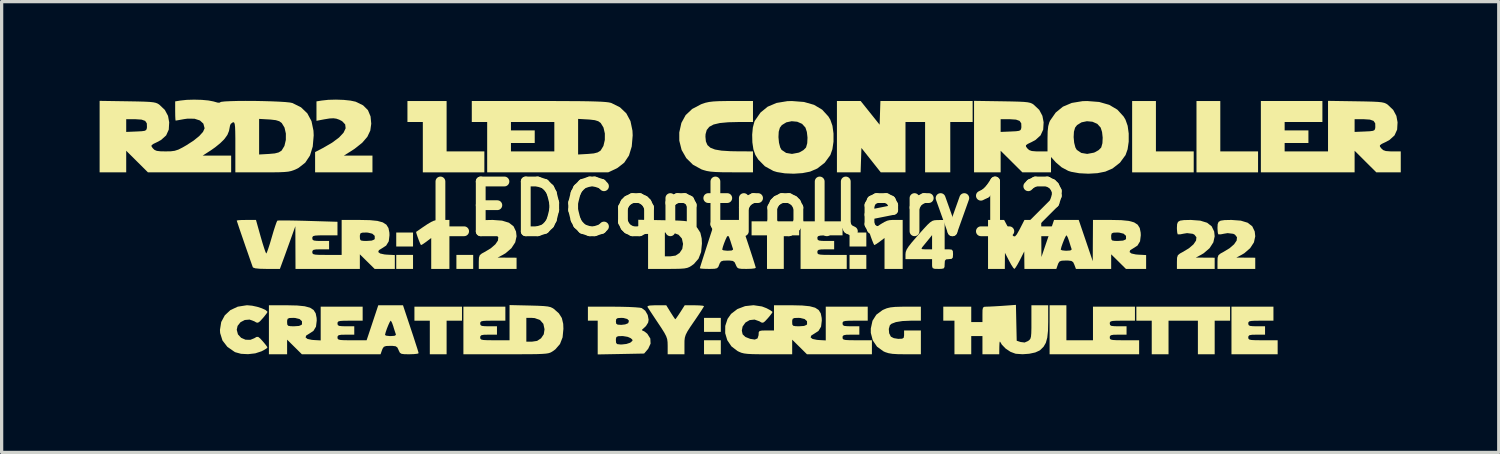
<source format=kicad_pcb>
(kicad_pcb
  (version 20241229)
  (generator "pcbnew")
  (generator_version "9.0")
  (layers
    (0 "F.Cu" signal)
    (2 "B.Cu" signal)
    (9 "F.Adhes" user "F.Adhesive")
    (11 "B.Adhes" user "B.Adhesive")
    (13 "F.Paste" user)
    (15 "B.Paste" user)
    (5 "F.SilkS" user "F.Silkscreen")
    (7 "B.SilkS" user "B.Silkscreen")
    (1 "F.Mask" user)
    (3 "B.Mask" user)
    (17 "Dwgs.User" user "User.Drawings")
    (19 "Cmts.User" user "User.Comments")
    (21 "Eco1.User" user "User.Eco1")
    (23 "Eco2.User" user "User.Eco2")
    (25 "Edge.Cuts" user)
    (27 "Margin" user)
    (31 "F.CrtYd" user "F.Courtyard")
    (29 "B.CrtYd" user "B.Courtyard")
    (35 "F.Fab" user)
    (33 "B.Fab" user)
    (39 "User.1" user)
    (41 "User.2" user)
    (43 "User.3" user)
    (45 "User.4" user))
  (footprint "LEDControllerv12"
    (layer "F.Cu")
    (at 19.832 3.341)
    (property "Reference" "LEDControllerv12" (at 0 0 0) (layer "F.SilkS") (effects (font (size 1.524 1.524) (thickness 0.3))))
    (attr board_only exclude_from_pos_files exclude_from_bom)
    (fp_poly (pts (xy -10.237 1.156) (xy -10.751 1.156) (xy -10.751 0.728) (xy -10.237 0.728)) (stroke (width 0) (type solid)) (fill yes) (layer "F.SilkS"))
    (fp_poly (pts (xy -10.237 1.842) (xy -10.751 1.842) (xy -10.751 1.413) (xy -10.237 1.413)) (stroke (width 0) (type solid)) (fill yes) (layer "F.SilkS"))
    (fp_poly (pts (xy -8.395 1.842) (xy -8.909 1.842) (xy -8.909 1.413) (xy -8.395 1.413)) (stroke (width 0) (type solid)) (fill yes) (layer "F.SilkS"))
    (fp_poly (pts (xy -0.814 3.769) (xy -1.328 3.769) (xy -1.328 3.341) (xy -0.814 3.341)) (stroke (width 0) (type solid)) (fill yes) (layer "F.SilkS"))
    (fp_poly (pts (xy -0.814 4.455) (xy -1.328 4.455) (xy -1.328 4.026) (xy -0.814 4.026)) (stroke (width 0) (type solid)) (fill yes) (layer "F.SilkS"))
    (fp_poly (pts (xy 3.641 1.156) (xy 3.127 1.156) (xy 3.127 0.728) (xy 3.641 0.728)) (stroke (width 0) (type solid)) (fill yes) (layer "F.SilkS"))
    (fp_poly (pts (xy 3.641 1.842) (xy 3.127 1.842) (xy 3.127 1.413) (xy 3.641 1.413)) (stroke (width 0) (type solid)) (fill yes) (layer "F.SilkS"))
    (fp_poly (pts (xy 12.507 -1.756) (xy 13.664 -1.756) (xy 13.664 -1.114) (xy 11.779 -1.114) (xy 11.779 -3.298) (xy 12.507 -3.298)) (stroke (width 0) (type solid)) (fill yes) (layer "F.SilkS"))
    (fp_poly (pts (xy 14.478 -1.756) (xy 15.634 -1.756) (xy 15.634 -1.114) (xy 13.749 -1.114) (xy 13.749 -3.298) (xy 14.478 -3.298)) (stroke (width 0) (type solid)) (fill yes) (layer "F.SilkS"))
    (fp_poly (pts (xy -9.209 -1.756) (xy -8.053 -1.756) (xy -8.053 -1.114) (xy -9.937 -1.114) (xy -9.937 -2.656) (xy -10.408 -2.656) (xy -10.408 -3.298) (xy -9.209 -3.298)) (stroke (width 0) (type solid)) (fill yes) (layer "F.SilkS"))
    (fp_poly (pts (xy -8.738 3.427) (xy -9.209 3.427) (xy -9.209 4.455) (xy -9.723 4.455) (xy -9.723 3.427) (xy -10.194 3.427) (xy -10.194 2.998) (xy -8.738 2.998)) (stroke (width 0) (type solid)) (fill yes) (layer "F.SilkS"))
    (fp_poly (pts (xy 1.585 0.814) (xy 1.114 0.814) (xy 1.114 1.842) (xy 0.6 1.842) (xy 0.6 0.814) (xy 0.128 0.814) (xy 0.128 0.385) (xy 1.585 0.385)) (stroke (width 0) (type solid)) (fill yes) (layer "F.SilkS"))
    (fp_poly (pts (xy 14.777 3.427) (xy 14.306 3.427) (xy 14.306 4.455) (xy 13.792 4.455) (xy 13.792 3.427) (xy 12.893 3.427) (xy 12.893 4.455) (xy 12.379 4.455) (xy 12.379 3.427) (xy 11.908 3.427) (xy 11.908 2.998) (xy 14.777 2.998)) (stroke (width 0) (type solid)) (fill yes) (layer "F.SilkS"))
    (fp_poly (pts (xy 3.758 -2.936) (xy 4.048 -2.573) (xy 4.06 -2.936) (xy 4.072 -3.298) (xy 6.896 -3.298) (xy 6.896 -2.656) (xy 6.211 -2.656) (xy 6.211 -1.114) (xy 5.44 -1.114) (xy 5.44 -2.656) (xy 4.84 -2.656) (xy 4.84 -1.114) (xy 4.083 -1.114) (xy 3.491 -1.861) (xy 3.466 -1.114) (xy 2.741 -1.114) (xy 2.741 -3.298) (xy 3.468 -3.298)) (stroke (width 0) (type solid)) (fill yes) (layer "F.SilkS"))
    (fp_poly (pts (xy -9.123 1.842) (xy -9.68 1.842) (xy -9.68 0.895) (xy -9.831 1.01) (xy -9.925 1.076) (xy -9.985 1.109) (xy -9.996 1.109) (xy -10.022 1.057) (xy -10.061 0.961) (xy -10.101 0.852) (xy -10.132 0.758) (xy -10.143 0.71) (xy -10.143 0.709) (xy -9.94 0.568) (xy -9.792 0.469) (xy -9.684 0.405) (xy -9.601 0.367) (xy -9.526 0.349) (xy -9.446 0.343) (xy -9.368 0.343) (xy -9.123 0.343)) (stroke (width 0) (type solid)) (fill yes) (layer "F.SilkS"))
    (fp_poly (pts (xy 4.754 1.842) (xy 4.198 1.842) (xy 4.198 0.895) (xy 4.047 1.01) (xy 3.953 1.076) (xy 3.893 1.109) (xy 3.882 1.109) (xy 3.856 1.057) (xy 3.817 0.961) (xy 3.777 0.852) (xy 3.746 0.758) (xy 3.735 0.71) (xy 3.735 0.709) (xy 3.938 0.568) (xy 4.086 0.469) (xy 4.194 0.405) (xy 4.277 0.367) (xy 4.352 0.349) (xy 4.432 0.343) (xy 4.51 0.343) (xy 4.754 0.343)) (stroke (width 0) (type solid)) (fill yes) (layer "F.SilkS"))
    (fp_poly (pts (xy 2.913 0.814) (xy 2.527 0.814) (xy 2.344 0.815) (xy 2.23 0.822) (xy 2.169 0.838) (xy 2.145 0.866) (xy 2.142 0.899) (xy 2.151 0.947) (xy 2.192 0.973) (xy 2.285 0.984) (xy 2.399 0.985) (xy 2.656 0.985) (xy 2.656 1.242) (xy 2.399 1.242) (xy 2.255 1.245) (xy 2.178 1.259) (xy 2.146 1.29) (xy 2.142 1.328) (xy 2.147 1.366) (xy 2.174 1.391) (xy 2.238 1.405) (xy 2.353 1.412) (xy 2.535 1.413) (xy 2.591 1.413) (xy 3.041 1.413) (xy 3.041 1.842) (xy 1.628 1.842) (xy 1.628 0.385) (xy 2.913 0.385)) (stroke (width 0) (type solid)) (fill yes) (layer "F.SilkS"))
    (fp_poly (pts (xy 16.105 3.427) (xy 15.72 3.427) (xy 15.537 3.428) (xy 15.423 3.435) (xy 15.362 3.45) (xy 15.338 3.479) (xy 15.334 3.512) (xy 15.344 3.56) (xy 15.385 3.586) (xy 15.477 3.596) (xy 15.591 3.598) (xy 15.848 3.598) (xy 15.848 3.855) (xy 15.591 3.855) (xy 15.448 3.858) (xy 15.37 3.872) (xy 15.339 3.903) (xy 15.334 3.941) (xy 15.34 3.979) (xy 15.367 4.004) (xy 15.43 4.018) (xy 15.546 4.024) (xy 15.728 4.026) (xy 15.784 4.026) (xy 16.234 4.026) (xy 16.234 4.455) (xy 14.82 4.455) (xy 14.82 2.998) (xy 16.105 2.998)) (stroke (width 0) (type solid)) (fill yes) (layer "F.SilkS"))
    (fp_poly (pts (xy 9.766 4.026) (xy 10.58 4.026) (xy 10.58 2.998) (xy 11.865 2.998) (xy 11.865 3.427) (xy 11.479 3.427) (xy 11.296 3.428) (xy 11.182 3.435) (xy 11.122 3.45) (xy 11.097 3.479) (xy 11.094 3.512) (xy 11.103 3.56) (xy 11.144 3.586) (xy 11.237 3.596) (xy 11.351 3.598) (xy 11.608 3.598) (xy 11.608 3.855) (xy 11.351 3.855) (xy 11.207 3.858) (xy 11.13 3.872) (xy 11.098 3.903) (xy 11.094 3.941) (xy 11.099 3.979) (xy 11.126 4.004) (xy 11.19 4.018) (xy 11.305 4.024) (xy 11.487 4.026) (xy 11.544 4.026) (xy 11.993 4.026) (xy 11.993 4.455) (xy 9.252 4.455) (xy 9.252 2.955) (xy 9.766 2.955)) (stroke (width 0) (type solid)) (fill yes) (layer "F.SilkS"))
    (fp_poly (pts (xy -12.361 -3.333) (xy -12.151 -3.311) (xy -11.996 -3.278) (xy -11.989 -3.275) (xy -11.767 -3.167) (xy -11.618 -3.02) (xy -11.537 -2.826) (xy -11.516 -2.605) (xy -11.545 -2.394) (xy -11.636 -2.202) (xy -11.794 -2.019) (xy -12.026 -1.835) (xy -12.141 -1.76) (xy -12.353 -1.628) (xy -11.479 -1.628) (xy -11.479 -1.114) (xy -13.235 -1.114) (xy -13.235 -1.424) (xy -13.235 -1.735) (xy -12.997 -1.859) (xy -12.714 -2.023) (xy -12.502 -2.181) (xy -12.364 -2.329) (xy -12.3 -2.464) (xy -12.314 -2.582) (xy -12.408 -2.681) (xy -12.494 -2.726) (xy -12.585 -2.758) (xy -12.677 -2.77) (xy -12.794 -2.764) (xy -12.959 -2.737) (xy -13.075 -2.715) (xy -13.193 -2.692) (xy -13.193 -3.287) (xy -13.032 -3.313) (xy -12.83 -3.335) (xy -12.597 -3.341)) (stroke (width 0) (type solid)) (fill yes) (layer "F.SilkS"))
    (fp_poly (pts (xy -7.51 0.364) (xy -7.3 0.428) (xy -7.159 0.538) (xy -7.084 0.696) (xy -7.067 0.843) (xy -7.108 1.029) (xy -7.224 1.207) (xy -7.402 1.361) (xy -7.492 1.414) (xy -7.646 1.495) (xy -7.067 1.499) (xy -7.067 1.842) (xy -8.224 1.842) (xy -8.224 1.629) (xy -8.219 1.499) (xy -8.194 1.423) (xy -8.131 1.37) (xy -8.058 1.331) (xy -7.857 1.211) (xy -7.716 1.089) (xy -7.637 0.973) (xy -7.627 0.872) (xy -7.689 0.793) (xy -7.741 0.767) (xy -7.913 0.746) (xy -8.018 0.763) (xy -8.126 0.784) (xy -8.194 0.784) (xy -8.2 0.78) (xy -8.215 0.726) (xy -8.223 0.62) (xy -8.224 0.576) (xy -8.218 0.47) (xy -8.19 0.402) (xy -8.125 0.364) (xy -8.008 0.347) (xy -7.822 0.343) (xy -7.791 0.343)) (stroke (width 0) (type solid)) (fill yes) (layer "F.SilkS"))
    (fp_poly (pts (xy 13.864 0.364) (xy 14.073 0.428) (xy 14.214 0.538) (xy 14.29 0.696) (xy 14.306 0.843) (xy 14.265 1.029) (xy 14.15 1.207) (xy 13.971 1.361) (xy 13.882 1.414) (xy 13.728 1.495) (xy 14.306 1.499) (xy 14.306 1.842) (xy 13.15 1.842) (xy 13.15 1.629) (xy 13.154 1.499) (xy 13.179 1.423) (xy 13.243 1.37) (xy 13.315 1.331) (xy 13.516 1.211) (xy 13.658 1.089) (xy 13.736 0.973) (xy 13.747 0.872) (xy 13.685 0.793) (xy 13.632 0.767) (xy 13.461 0.746) (xy 13.356 0.763) (xy 13.248 0.784) (xy 13.18 0.784) (xy 13.173 0.78) (xy 13.159 0.726) (xy 13.15 0.62) (xy 13.15 0.576) (xy 13.156 0.47) (xy 13.183 0.402) (xy 13.248 0.364) (xy 13.366 0.347) (xy 13.552 0.343) (xy 13.583 0.343)) (stroke (width 0) (type solid)) (fill yes) (layer "F.SilkS"))
    (fp_poly (pts (xy 15.106 0.364) (xy 15.316 0.428) (xy 15.457 0.538) (xy 15.532 0.696) (xy 15.548 0.843) (xy 15.508 1.029) (xy 15.392 1.207) (xy 15.214 1.361) (xy 15.124 1.414) (xy 14.97 1.495) (xy 15.548 1.499) (xy 15.548 1.842) (xy 14.392 1.842) (xy 14.392 1.629) (xy 14.396 1.499) (xy 14.421 1.423) (xy 14.485 1.37) (xy 14.558 1.331) (xy 14.758 1.211) (xy 14.9 1.089) (xy 14.979 0.973) (xy 14.989 0.872) (xy 14.927 0.793) (xy 14.875 0.767) (xy 14.703 0.746) (xy 14.598 0.763) (xy 14.49 0.784) (xy 14.422 0.784) (xy 14.415 0.78) (xy 14.401 0.726) (xy 14.393 0.62) (xy 14.392 0.576) (xy 14.398 0.47) (xy 14.425 0.402) (xy 14.49 0.364) (xy 14.608 0.347) (xy 14.794 0.343) (xy 14.825 0.343)) (stroke (width 0) (type solid)) (fill yes) (layer "F.SilkS"))
    (fp_poly (pts (xy 5.311 3.427) (xy 5 3.427) (xy 4.747 3.438) (xy 4.547 3.47) (xy 4.412 3.521) (xy 4.362 3.565) (xy 4.329 3.68) (xy 4.34 3.812) (xy 4.392 3.915) (xy 4.393 3.916) (xy 4.483 3.962) (xy 4.614 3.983) (xy 4.629 3.983) (xy 4.738 3.978) (xy 4.785 3.95) (xy 4.797 3.879) (xy 4.797 3.855) (xy 4.797 3.726) (xy 5.311 3.726) (xy 5.311 4.455) (xy 4.829 4.455) (xy 4.603 4.452) (xy 4.44 4.442) (xy 4.32 4.422) (xy 4.22 4.39) (xy 4.164 4.364) (xy 3.969 4.223) (xy 3.838 4.03) (xy 3.778 3.8) (xy 3.778 3.667) (xy 3.83 3.429) (xy 3.947 3.244) (xy 4.134 3.105) (xy 4.169 3.088) (xy 4.269 3.046) (xy 4.379 3.02) (xy 4.52 3.005) (xy 4.714 2.999) (xy 4.832 2.998) (xy 5.311 2.998)) (stroke (width 0) (type solid)) (fill yes) (layer "F.SilkS"))
    (fp_poly (pts (xy -2.573 0.351) (xy -2.295 0.356) (xy -2.089 0.363) (xy -1.942 0.373) (xy -1.839 0.386) (xy -1.768 0.406) (xy -1.714 0.433) (xy -1.687 0.452) (xy -1.532 0.589) (xy -1.44 0.733) (xy -1.399 0.912) (xy -1.392 1.063) (xy -1.417 1.324) (xy -1.497 1.529) (xy -1.638 1.691) (xy -1.711 1.745) (xy -1.776 1.784) (xy -1.844 1.811) (xy -1.934 1.828) (xy -2.062 1.837) (xy -2.244 1.841) (xy -2.448 1.842) (xy -3.041 1.842) (xy -3.041 1.456) (xy -2.527 1.456) (xy -2.354 1.456) (xy -2.199 1.434) (xy -2.08 1.356) (xy -2.075 1.351) (xy -1.994 1.23) (xy -1.97 1.076) (xy -2.006 0.911) (xy -2.109 0.795) (xy -2.27 0.735) (xy -2.362 0.728) (xy -2.527 0.728) (xy -2.527 1.456) (xy -3.041 1.456) (xy -3.041 0.771) (xy -3.341 0.771) (xy -3.341 0.337)) (stroke (width 0) (type solid)) (fill yes) (layer "F.SilkS"))
    (fp_poly (pts (xy 0.171 -2.656) (xy -0.251 -2.656) (xy -0.586 -2.648) (xy -0.845 -2.624) (xy -1.036 -2.579) (xy -1.166 -2.509) (xy -1.245 -2.412) (xy -1.281 -2.283) (xy -1.285 -2.206) (xy -1.271 -2.061) (xy -1.224 -1.95) (xy -1.134 -1.869) (xy -0.992 -1.813) (xy -0.79 -1.779) (xy -0.518 -1.762) (xy -0.289 -1.758) (xy 0.171 -1.756) (xy 0.171 -1.114) (xy -0.503 -1.116) (xy -0.774 -1.118) (xy -0.976 -1.125) (xy -1.128 -1.137) (xy -1.247 -1.157) (xy -1.35 -1.186) (xy -1.407 -1.206) (xy -1.668 -1.349) (xy -1.872 -1.551) (xy -2.014 -1.8) (xy -2.085 -2.083) (xy -2.086 -2.336) (xy -2.021 -2.628) (xy -1.891 -2.866) (xy -1.691 -3.055) (xy -1.42 -3.198) (xy -1.391 -3.209) (xy -1.285 -3.245) (xy -1.174 -3.269) (xy -1.042 -3.285) (xy -0.87 -3.294) (xy -0.639 -3.298) (xy -0.491 -3.298) (xy 0.171 -3.298)) (stroke (width 0) (type solid)) (fill yes) (layer "F.SilkS"))
    (fp_poly (pts (xy -2.352 3.17) (xy -2.279 3.284) (xy -2.226 3.362) (xy -2.207 3.384) (xy -2.179 3.351) (xy -2.119 3.265) (xy -2.056 3.17) (xy -1.919 2.955) (xy -1.623 2.955) (xy -1.477 2.959) (xy -1.371 2.968) (xy -1.328 2.98) (xy -1.328 2.981) (xy -1.351 3.024) (xy -1.413 3.122) (xy -1.506 3.263) (xy -1.619 3.43) (xy -1.628 3.442) (xy -1.753 3.625) (xy -1.837 3.757) (xy -1.888 3.858) (xy -1.915 3.945) (xy -1.926 4.039) (xy -1.927 4.16) (xy -1.927 4.455) (xy -2.441 4.455) (xy -2.441 4.196) (xy -2.444 4.084) (xy -2.456 3.992) (xy -2.487 3.902) (xy -2.544 3.793) (xy -2.635 3.648) (xy -2.734 3.5) (xy -2.849 3.327) (xy -2.948 3.177) (xy -3.021 3.066) (xy -3.057 3.009) (xy -3.057 3.009) (xy -3.054 2.98) (xy -2.993 2.963) (xy -2.863 2.956) (xy -2.786 2.955) (xy -2.484 2.955)) (stroke (width 0) (type solid)) (fill yes) (layer "F.SilkS"))
    (fp_poly (pts (xy -15.163 2.968) (xy -15.007 3.002) (xy -14.863 3.049) (xy -14.751 3.101) (xy -14.696 3.15) (xy -14.694 3.163) (xy -14.721 3.208) (xy -14.788 3.294) (xy -14.84 3.355) (xy -14.927 3.45) (xy -14.984 3.489) (xy -15.035 3.482) (xy -15.096 3.446) (xy -15.241 3.393) (xy -15.389 3.406) (xy -15.519 3.474) (xy -15.608 3.586) (xy -15.634 3.705) (xy -15.597 3.846) (xy -15.5 3.951) (xy -15.365 4.01) (xy -15.216 4.013) (xy -15.096 3.964) (xy -15.028 3.924) (xy -14.977 3.923) (xy -14.918 3.97) (xy -14.84 4.055) (xy -14.757 4.154) (xy -14.704 4.226) (xy -14.694 4.247) (xy -14.727 4.281) (xy -14.816 4.334) (xy -14.877 4.365) (xy -15.067 4.427) (xy -15.287 4.452) (xy -15.503 4.441) (xy -15.681 4.392) (xy -15.698 4.383) (xy -15.922 4.227) (xy -16.071 4.033) (xy -16.142 3.806) (xy -16.148 3.709) (xy -16.109 3.467) (xy -15.999 3.262) (xy -15.828 3.103) (xy -15.604 2.998) (xy -15.338 2.956) (xy -15.307 2.955)) (stroke (width 0) (type solid)) (fill yes) (layer "F.SilkS"))
    (fp_poly (pts (xy 6.039 1.242) (xy 6.168 1.242) (xy 6.254 1.251) (xy 6.29 1.293) (xy 6.296 1.392) (xy 6.289 1.493) (xy 6.253 1.534) (xy 6.168 1.542) (xy 6.082 1.55) (xy 6.046 1.593) (xy 6.039 1.692) (xy 6.035 1.784) (xy 6.007 1.828) (xy 5.932 1.841) (xy 5.847 1.842) (xy 5.728 1.839) (xy 5.672 1.817) (xy 5.655 1.759) (xy 5.654 1.692) (xy 5.654 1.542) (xy 4.84 1.542) (xy 4.84 1.392) (xy 4.848 1.323) (xy 4.876 1.249) (xy 4.898 1.214) (xy 5.329 1.214) (xy 5.348 1.236) (xy 5.434 1.242) (xy 5.476 1.242) (xy 5.654 1.242) (xy 5.654 0.807) (xy 5.539 0.95) (xy 5.45 1.059) (xy 5.374 1.151) (xy 5.361 1.167) (xy 5.329 1.214) (xy 4.898 1.214) (xy 4.934 1.157) (xy 5.03 1.034) (xy 5.174 0.867) (xy 5.236 0.796) (xy 5.394 0.619) (xy 5.508 0.496) (xy 5.592 0.418) (xy 5.659 0.373) (xy 5.722 0.353) (xy 5.796 0.347) (xy 5.836 0.346) (xy 6.039 0.343)) (stroke (width 0) (type solid)) (fill yes) (layer "F.SilkS"))
    (fp_poly (pts (xy 8.233 3.492) (xy 8.245 4.041) (xy 8.365 4.08) (xy 8.488 4.095) (xy 8.589 4.051) (xy 8.634 4.018) (xy 8.664 3.977) (xy 8.682 3.914) (xy 8.691 3.81) (xy 8.695 3.65) (xy 8.695 3.468) (xy 8.695 2.955) (xy 9.209 2.955) (xy 9.209 3.459) (xy 9.203 3.738) (xy 9.18 3.948) (xy 9.137 4.105) (xy 9.068 4.224) (xy 8.97 4.321) (xy 8.943 4.341) (xy 8.813 4.4) (xy 8.63 4.439) (xy 8.424 4.454) (xy 8.227 4.44) (xy 8.206 4.437) (xy 8.054 4.38) (xy 7.905 4.28) (xy 7.789 4.16) (xy 7.751 4.094) (xy 7.73 4.063) (xy 7.718 4.105) (xy 7.713 4.226) (xy 7.713 4.23) (xy 7.71 4.455) (xy 7.196 4.455) (xy 7.196 3.898) (xy 6.853 3.898) (xy 6.853 4.455) (xy 6.339 4.455) (xy 6.339 3.427) (xy 5.997 3.427) (xy 5.997 2.998) (xy 6.853 2.998) (xy 6.853 3.469) (xy 7.196 3.469) (xy 7.196 3.234) (xy 7.198 3.099) (xy 7.213 3.029) (xy 7.25 3.002) (xy 7.318 2.998) (xy 7.415 2.995) (xy 7.571 2.987) (xy 7.756 2.976) (xy 7.831 2.971) (xy 8.221 2.943)) (stroke (width 0) (type solid)) (fill yes) (layer "F.SilkS"))
    (fp_poly (pts (xy 1.733 -3.269) (xy 2.041 -3.181) (xy 2.288 -3.034) (xy 2.479 -2.826) (xy 2.539 -2.726) (xy 2.604 -2.539) (xy 2.636 -2.304) (xy 2.636 -2.054) (xy 2.602 -1.821) (xy 2.54 -1.645) (xy 2.368 -1.41) (xy 2.14 -1.232) (xy 1.92 -1.137) (xy 1.687 -1.091) (xy 1.418 -1.073) (xy 1.148 -1.084) (xy 0.907 -1.123) (xy 0.796 -1.157) (xy 0.536 -1.3) (xy 0.333 -1.506) (xy 0.243 -1.649) (xy 0.184 -1.817) (xy 0.152 -2.033) (xy 0.148 -2.193) (xy 0.951 -2.193) (xy 0.967 -2.021) (xy 1.005 -1.875) (xy 1.046 -1.803) (xy 1.186 -1.709) (xy 1.365 -1.679) (xy 1.564 -1.716) (xy 1.604 -1.731) (xy 1.715 -1.795) (xy 1.791 -1.871) (xy 1.796 -1.878) (xy 1.832 -2.007) (xy 1.84 -2.177) (xy 1.821 -2.35) (xy 1.777 -2.485) (xy 1.674 -2.599) (xy 1.526 -2.664) (xy 1.357 -2.68) (xy 1.193 -2.646) (xy 1.056 -2.563) (xy 0.995 -2.483) (xy 0.959 -2.358) (xy 0.951 -2.193) (xy 0.148 -2.193) (xy 0.146 -2.268) (xy 0.167 -2.489) (xy 0.215 -2.668) (xy 0.23 -2.698) (xy 0.401 -2.945) (xy 0.621 -3.125) (xy 0.894 -3.24) (xy 1.222 -3.294) (xy 1.364 -3.298)) (stroke (width 0) (type solid)) (fill yes) (layer "F.SilkS"))
    (fp_poly (pts (xy -5.896 -3.298) (xy -5.483 -3.296) (xy -5.141 -3.294) (xy -4.863 -3.29) (xy -4.643 -3.284) (xy -4.471 -3.277) (xy -4.343 -3.268) (xy -4.249 -3.257) (xy -4.183 -3.243) (xy -4.162 -3.236) (xy -3.902 -3.106) (xy -3.708 -2.922) (xy -3.58 -2.684) (xy -3.519 -2.391) (xy -3.512 -2.246) (xy -3.541 -1.906) (xy -3.626 -1.629) (xy -3.771 -1.411) (xy -3.975 -1.251) (xy -4.043 -1.216) (xy -4.262 -1.114) (xy -6.114 -1.114) (xy -7.967 -1.114) (xy -7.967 -1.756) (xy -7.239 -1.756) (xy -5.911 -1.756) (xy -5.911 -2.656) (xy -7.239 -2.656) (xy -7.239 -2.399) (xy -6.511 -2.399) (xy -6.511 -2.013) (xy -7.239 -2.013) (xy -7.239 -1.756) (xy -7.967 -1.756) (xy -7.967 -2.656) (xy -8.438 -2.656) (xy -8.438 -2.751) (xy -5.183 -2.751) (xy -5.183 -1.661) (xy -4.883 -1.678) (xy -4.703 -1.694) (xy -4.586 -1.724) (xy -4.506 -1.772) (xy -4.492 -1.785) (xy -4.408 -1.923) (xy -4.365 -2.106) (xy -4.364 -2.303) (xy -4.406 -2.486) (xy -4.49 -2.624) (xy -4.491 -2.625) (xy -4.565 -2.679) (xy -4.671 -2.712) (xy -4.833 -2.731) (xy -4.883 -2.734) (xy -5.183 -2.751) (xy -8.438 -2.751) (xy -8.438 -3.298) (xy -6.388 -3.298)) (stroke (width 0) (type solid)) (fill yes) (layer "F.SilkS"))
    (fp_poly (pts (xy 0.018 1.06) (xy 0.095 1.294) (xy 0.162 1.5) (xy 0.214 1.664) (xy 0.247 1.772) (xy 0.257 1.81) (xy 0.218 1.826) (xy 0.115 1.838) (xy -0.025 1.842) (xy -0.177 1.84) (xy -0.266 1.828) (xy -0.315 1.797) (xy -0.346 1.738) (xy -0.356 1.713) (xy -0.393 1.635) (xy -0.446 1.598) (xy -0.544 1.586) (xy -0.611 1.585) (xy -0.738 1.59) (xy -0.807 1.613) (xy -0.847 1.67) (xy -0.863 1.713) (xy -0.892 1.783) (xy -0.932 1.821) (xy -1.007 1.838) (xy -1.139 1.842) (xy -1.182 1.842) (xy -1.323 1.839) (xy -1.422 1.832) (xy -1.456 1.822) (xy -1.444 1.777) (xy -1.409 1.664) (xy -1.355 1.496) (xy -1.288 1.287) (xy -1.277 1.253) (xy -0.771 1.253) (xy -0.733 1.273) (xy -0.637 1.284) (xy -0.595 1.285) (xy -0.482 1.278) (xy -0.439 1.252) (xy -0.442 1.225) (xy -0.468 1.148) (xy -0.506 1.029) (xy -0.518 0.99) (xy -0.556 0.882) (xy -0.589 0.82) (xy -0.598 0.814) (xy -0.624 0.85) (xy -0.666 0.939) (xy -0.712 1.053) (xy -0.75 1.163) (xy -0.77 1.242) (xy -0.771 1.253) (xy -1.277 1.253) (xy -1.219 1.073) (xy -0.981 0.343) (xy -0.221 0.343)) (stroke (width 0) (type solid)) (fill yes) (layer "F.SilkS"))
    (fp_poly (pts (xy 18.629 -3.29) (xy 18.923 -3.285) (xy 19.145 -3.279) (xy 19.305 -3.271) (xy 19.419 -3.259) (xy 19.497 -3.242) (xy 19.553 -3.219) (xy 19.6 -3.189) (xy 19.601 -3.188) (xy 19.771 -3.027) (xy 19.869 -2.844) (xy 19.905 -2.647) (xy 19.892 -2.423) (xy 19.812 -2.246) (xy 19.659 -2.107) (xy 19.537 -2.041) (xy 19.418 -1.984) (xy 19.365 -1.944) (xy 19.365 -1.905) (xy 19.405 -1.85) (xy 19.464 -1.796) (xy 19.546 -1.767) (xy 19.678 -1.757) (xy 19.742 -1.756) (xy 20.003 -1.756) (xy 20.003 -1.114) (xy 19.255 -1.114) (xy 18.922 -1.445) (xy 18.59 -1.776) (xy 18.59 -1.114) (xy 15.72 -1.114) (xy 15.72 -3.298) (xy 17.604 -3.298) (xy 17.604 -2.656) (xy 16.448 -2.656) (xy 16.448 -2.399) (xy 17.176 -2.399) (xy 17.176 -2.013) (xy 16.448 -2.013) (xy 16.448 -1.756) (xy 17.776 -1.756) (xy 17.776 -2.352) (xy 18.59 -2.352) (xy 18.9 -2.365) (xy 19.06 -2.373) (xy 19.154 -2.386) (xy 19.201 -2.411) (xy 19.219 -2.458) (xy 19.224 -2.498) (xy 19.221 -2.615) (xy 19.17 -2.69) (xy 19.059 -2.729) (xy 18.878 -2.741) (xy 18.863 -2.741) (xy 18.59 -2.741) (xy 18.59 -2.352) (xy 17.776 -2.352) (xy 17.776 -3.303)) (stroke (width 0) (type solid)) (fill yes) (layer "F.SilkS"))
    (fp_poly (pts (xy -3.859 3.001) (xy -3.626 3.007) (xy -3.433 3.017) (xy -3.295 3.029) (xy -3.235 3.041) (xy -3.127 3.122) (xy -3.052 3.253) (xy -3.024 3.398) (xy -3.039 3.485) (xy -3.105 3.591) (xy -3.176 3.658) (xy -3.229 3.706) (xy -3.221 3.726) (xy -3.22 3.726) (xy -3.155 3.755) (xy -3.069 3.823) (xy -3.061 3.832) (xy -2.972 3.973) (xy -2.964 4.129) (xy -3.036 4.285) (xy -3.059 4.313) (xy -3.162 4.433) (xy -3.873 4.447) (xy -4.583 4.46) (xy -4.583 4.026) (xy -4.026 4.026) (xy -4.02 4.107) (xy -3.986 4.144) (xy -3.901 4.154) (xy -3.842 4.155) (xy -3.706 4.14) (xy -3.595 4.104) (xy -3.574 4.091) (xy -3.516 4.039) (xy -3.527 4.001) (xy -3.574 3.962) (xy -3.669 3.921) (xy -3.802 3.899) (xy -3.842 3.898) (xy -3.957 3.902) (xy -4.01 3.926) (xy -4.026 3.985) (xy -4.026 4.026) (xy -4.583 4.026) (xy -4.583 3.448) (xy -4.026 3.448) (xy -4.017 3.518) (xy -3.971 3.548) (xy -3.865 3.555) (xy -3.86 3.555) (xy -3.741 3.541) (xy -3.657 3.507) (xy -3.647 3.498) (xy -3.626 3.429) (xy -3.678 3.375) (xy -3.794 3.344) (xy -3.864 3.341) (xy -3.97 3.348) (xy -4.016 3.378) (xy -4.026 3.448) (xy -4.583 3.448) (xy -4.583 3.427) (xy -4.883 3.427) (xy -4.883 2.998) (xy -4.115 2.998)) (stroke (width 0) (type solid)) (fill yes) (layer "F.SilkS"))
    (fp_poly (pts (xy -6.664 2.963) (xy -6.415 2.97) (xy -6.236 2.979) (xy -6.112 2.992) (xy -6.026 3.012) (xy -5.964 3.041) (xy -5.927 3.065) (xy -5.772 3.202) (xy -5.681 3.346) (xy -5.639 3.524) (xy -5.633 3.676) (xy -5.658 3.937) (xy -5.738 4.142) (xy -5.879 4.304) (xy -5.952 4.358) (xy -5.995 4.385) (xy -6.039 4.407) (xy -6.096 4.424) (xy -6.175 4.436) (xy -6.286 4.444) (xy -6.439 4.45) (xy -6.644 4.453) (xy -6.911 4.454) (xy -7.25 4.455) (xy -7.395 4.455) (xy -8.695 4.455) (xy -8.695 4.069) (xy -6.768 4.069) (xy -6.594 4.069) (xy -6.439 4.046) (xy -6.32 3.968) (xy -6.316 3.964) (xy -6.234 3.843) (xy -6.211 3.689) (xy -6.247 3.523) (xy -6.349 3.407) (xy -6.511 3.348) (xy -6.602 3.341) (xy -6.768 3.341) (xy -6.768 4.069) (xy -8.695 4.069) (xy -8.695 2.998) (xy -7.41 2.998) (xy -7.41 3.427) (xy -7.796 3.427) (xy -7.979 3.428) (xy -8.093 3.435) (xy -8.153 3.45) (xy -8.177 3.479) (xy -8.181 3.512) (xy -8.172 3.56) (xy -8.131 3.586) (xy -8.038 3.596) (xy -7.924 3.598) (xy -7.667 3.598) (xy -7.667 3.855) (xy -7.924 3.855) (xy -8.068 3.858) (xy -8.145 3.872) (xy -8.176 3.903) (xy -8.181 3.941) (xy -8.175 3.979) (xy -8.148 4.004) (xy -8.085 4.018) (xy -7.97 4.024) (xy -7.788 4.026) (xy -7.731 4.026) (xy -7.282 4.026) (xy -7.282 2.949)) (stroke (width 0) (type solid)) (fill yes) (layer "F.SilkS"))
    (fp_poly (pts (xy 7.793 -3.29) (xy 8.087 -3.285) (xy 8.308 -3.279) (xy 8.469 -3.271) (xy 8.582 -3.259) (xy 8.66 -3.242) (xy 8.717 -3.219) (xy 8.763 -3.189) (xy 8.764 -3.188) (xy 8.935 -3.027) (xy 9.032 -2.844) (xy 9.069 -2.647) (xy 9.056 -2.423) (xy 8.975 -2.246) (xy 8.822 -2.107) (xy 8.7 -2.041) (xy 8.581 -1.984) (xy 8.528 -1.944) (xy 8.529 -1.905) (xy 8.568 -1.85) (xy 8.626 -1.797) (xy 8.705 -1.768) (xy 8.831 -1.757) (xy 8.916 -1.756) (xy 9.188 -1.756) (xy 9.188 -2.152) (xy 9.189 -2.193) (xy 9.988 -2.193) (xy 10.004 -2.021) (xy 10.042 -1.875) (xy 10.084 -1.803) (xy 10.223 -1.709) (xy 10.403 -1.679) (xy 10.602 -1.716) (xy 10.642 -1.731) (xy 10.753 -1.795) (xy 10.829 -1.871) (xy 10.833 -1.878) (xy 10.869 -2.007) (xy 10.877 -2.177) (xy 10.858 -2.35) (xy 10.815 -2.485) (xy 10.712 -2.599) (xy 10.564 -2.664) (xy 10.395 -2.68) (xy 10.23 -2.646) (xy 10.094 -2.563) (xy 10.032 -2.483) (xy 9.997 -2.358) (xy 9.988 -2.193) (xy 9.189 -2.193) (xy 9.193 -2.372) (xy 9.21 -2.528) (xy 9.243 -2.645) (xy 9.267 -2.698) (xy 9.439 -2.945) (xy 9.659 -3.125) (xy 9.931 -3.24) (xy 10.26 -3.294) (xy 10.402 -3.298) (xy 10.771 -3.269) (xy 11.078 -3.181) (xy 11.326 -3.034) (xy 11.516 -2.826) (xy 11.576 -2.726) (xy 11.642 -2.539) (xy 11.674 -2.304) (xy 11.674 -2.054) (xy 11.64 -1.821) (xy 11.578 -1.645) (xy 11.406 -1.41) (xy 11.178 -1.232) (xy 10.958 -1.137) (xy 10.716 -1.089) (xy 10.439 -1.073) (xy 10.16 -1.087) (xy 9.914 -1.131) (xy 9.823 -1.16) (xy 9.621 -1.268) (xy 9.45 -1.414) (xy 9.448 -1.415) (xy 9.295 -1.585) (xy 9.295 -1.114) (xy 8.419 -1.114) (xy 7.753 -1.776) (xy 7.753 -1.114) (xy 6.939 -1.114) (xy 6.939 -2.352) (xy 7.753 -2.352) (xy 8.063 -2.365) (xy 8.224 -2.373) (xy 8.317 -2.386) (xy 8.364 -2.411) (xy 8.382 -2.458) (xy 8.388 -2.498) (xy 8.384 -2.615) (xy 8.333 -2.69) (xy 8.223 -2.729) (xy 8.041 -2.741) (xy 8.026 -2.741) (xy 7.753 -2.741) (xy 7.753 -2.352) (xy 6.939 -2.352) (xy 6.939 -3.303)) (stroke (width 0) (type solid)) (fill yes) (layer "F.SilkS"))
    (fp_poly (pts (xy 8.998 0.91) (xy 9.002 1.478) (xy 9.078 1.253) (xy 9.594 1.253) (xy 9.633 1.273) (xy 9.728 1.284) (xy 9.771 1.285) (xy 9.884 1.278) (xy 9.926 1.252) (xy 9.923 1.225) (xy 9.897 1.148) (xy 9.86 1.029) (xy 9.848 0.99) (xy 9.81 0.882) (xy 9.777 0.82) (xy 9.768 0.814) (xy 9.741 0.85) (xy 9.699 0.939) (xy 9.654 1.053) (xy 9.615 1.163) (xy 9.595 1.242) (xy 9.594 1.253) (xy 9.078 1.253) (xy 9.195 0.91) (xy 9.388 0.343) (xy 10.144 0.343) (xy 10.359 0.974) (xy 10.573 1.606) (xy 10.576 0.974) (xy 10.577 0.857) (xy 11.137 0.857) (xy 11.141 0.933) (xy 11.17 0.971) (xy 11.244 0.984) (xy 11.352 0.985) (xy 11.5 0.975) (xy 11.578 0.943) (xy 11.592 0.92) (xy 11.591 0.829) (xy 11.517 0.763) (xy 11.38 0.73) (xy 11.324 0.728) (xy 11.208 0.732) (xy 11.153 0.755) (xy 11.137 0.813) (xy 11.137 0.857) (xy 10.577 0.857) (xy 10.58 0.343) (xy 11.139 0.343) (xy 11.444 0.349) (xy 11.674 0.372) (xy 11.839 0.417) (xy 11.948 0.488) (xy 12.012 0.59) (xy 12.04 0.73) (xy 12.044 0.81) (xy 12.021 0.997) (xy 11.942 1.128) (xy 11.821 1.206) (xy 11.72 1.269) (xy 11.7 1.325) (xy 11.758 1.37) (xy 11.891 1.399) (xy 11.962 1.405) (xy 12.207 1.418) (xy 12.207 1.842) (xy 11.589 1.842) (xy 11.363 1.618) (xy 11.137 1.395) (xy 11.137 1.842) (xy 10.058 1.842) (xy 10.01 1.713) (xy 9.973 1.635) (xy 9.919 1.598) (xy 9.822 1.586) (xy 9.754 1.585) (xy 9.627 1.59) (xy 9.558 1.613) (xy 9.519 1.67) (xy 9.503 1.713) (xy 9.458 1.842) (xy 8.481 1.842) (xy 8.478 1.574) (xy 8.476 1.306) (xy 8.341 1.574) (xy 8.269 1.707) (xy 8.21 1.802) (xy 8.174 1.842) (xy 8.173 1.842) (xy 8.138 1.807) (xy 8.078 1.715) (xy 8.013 1.596) (xy 7.885 1.349) (xy 7.881 1.842) (xy 7.367 1.842) (xy 7.367 0.343) (xy 7.614 0.343) (xy 7.86 0.343) (xy 8.009 0.624) (xy 8.085 0.763) (xy 8.142 0.838) (xy 8.192 0.847) (xy 8.247 0.786) (xy 8.322 0.654) (xy 8.378 0.546) (xy 8.482 0.343) (xy 8.995 0.343)) (stroke (width 0) (type solid)) (fill yes) (layer "F.SilkS"))
    (fp_poly (pts (xy -13.785 2.962) (xy -13.555 2.985) (xy -13.39 3.029) (xy -13.281 3.1) (xy -13.217 3.203) (xy -13.189 3.342) (xy -13.185 3.422) (xy -13.208 3.61) (xy -13.287 3.741) (xy -13.407 3.819) (xy -13.508 3.882) (xy -13.527 3.939) (xy -13.468 3.986) (xy -13.335 4.014) (xy -13.289 4.018) (xy -13.064 4.031) (xy -13.064 2.998) (xy -11.779 2.998) (xy -11.779 3.427) (xy -12.165 3.427) (xy -12.348 3.428) (xy -12.462 3.435) (xy -12.522 3.45) (xy -12.546 3.479) (xy -12.55 3.512) (xy -12.541 3.56) (xy -12.5 3.586) (xy -12.407 3.596) (xy -12.293 3.598) (xy -12.036 3.598) (xy -12.036 3.855) (xy -12.293 3.855) (xy -12.437 3.858) (xy -12.514 3.872) (xy -12.545 3.903) (xy -12.55 3.941) (xy -12.544 3.979) (xy -12.517 4.004) (xy -12.453 4.018) (xy -12.338 4.025) (xy -12.155 4.026) (xy -12.104 4.026) (xy -11.658 4.026) (xy -11.604 3.866) (xy -11.094 3.866) (xy -11.056 3.886) (xy -10.96 3.897) (xy -10.918 3.898) (xy -10.805 3.89) (xy -10.762 3.865) (xy -10.765 3.838) (xy -10.791 3.761) (xy -10.829 3.642) (xy -10.84 3.602) (xy -10.878 3.495) (xy -10.912 3.433) (xy -10.921 3.427) (xy -10.947 3.463) (xy -10.989 3.552) (xy -11.035 3.666) (xy -11.073 3.776) (xy -11.093 3.855) (xy -11.094 3.866) (xy -11.604 3.866) (xy -11.301 2.955) (xy -10.544 2.955) (xy -10.305 3.673) (xy -10.227 3.907) (xy -10.161 4.113) (xy -10.108 4.276) (xy -10.075 4.385) (xy -10.066 4.423) (xy -10.105 4.439) (xy -10.207 4.45) (xy -10.348 4.455) (xy -10.5 4.453) (xy -10.589 4.441) (xy -10.638 4.41) (xy -10.669 4.351) (xy -10.679 4.326) (xy -10.716 4.248) (xy -10.769 4.21) (xy -10.867 4.198) (xy -10.934 4.198) (xy -11.061 4.202) (xy -11.13 4.226) (xy -11.169 4.283) (xy -11.186 4.326) (xy -11.231 4.455) (xy -13.64 4.455) (xy -13.866 4.231) (xy -14.092 4.008) (xy -14.092 4.455) (xy -14.649 4.455) (xy -14.649 3.469) (xy -14.092 3.469) (xy -14.087 3.545) (xy -14.059 3.583) (xy -13.984 3.596) (xy -13.877 3.598) (xy -13.728 3.588) (xy -13.651 3.555) (xy -13.636 3.533) (xy -13.638 3.442) (xy -13.712 3.376) (xy -13.848 3.343) (xy -13.905 3.341) (xy -14.021 3.345) (xy -14.075 3.368) (xy -14.091 3.425) (xy -14.092 3.469) (xy -14.649 3.469) (xy -14.649 2.955) (xy -14.09 2.955)) (stroke (width 0) (type solid)) (fill yes) (layer "F.SilkS"))
    (fp_poly (pts (xy 0.445 2.991) (xy 0.586 3.045) (xy 0.694 3.103) (xy 0.759 3.148) (xy 0.769 3.163) (xy 0.742 3.208) (xy 0.675 3.294) (xy 0.623 3.355) (xy 0.535 3.45) (xy 0.479 3.489) (xy 0.427 3.482) (xy 0.368 3.446) (xy 0.219 3.393) (xy 0.069 3.409) (xy -0.06 3.484) (xy -0.147 3.606) (xy -0.171 3.731) (xy -0.146 3.845) (xy -0.06 3.926) (xy 0.084 3.983) (xy 0.227 4.005) (xy 0.311 3.969) (xy 0.342 3.872) (xy 0.343 3.85) (xy 0.347 3.78) (xy 0.374 3.743) (xy 0.445 3.729) (xy 0.578 3.726) (xy 0.814 3.726) (xy 0.814 3.469) (xy 1.371 3.469) (xy 1.375 3.545) (xy 1.404 3.583) (xy 1.478 3.596) (xy 1.586 3.598) (xy 1.734 3.588) (xy 1.812 3.555) (xy 1.827 3.533) (xy 1.825 3.442) (xy 1.751 3.376) (xy 1.615 3.343) (xy 1.558 3.341) (xy 1.442 3.345) (xy 1.387 3.368) (xy 1.371 3.425) (xy 1.371 3.469) (xy 0.814 3.469) (xy 0.814 2.955) (xy 1.373 2.955) (xy 1.678 2.962) (xy 1.908 2.985) (xy 2.073 3.029) (xy 2.182 3.1) (xy 2.246 3.203) (xy 2.274 3.342) (xy 2.278 3.422) (xy 2.255 3.61) (xy 2.176 3.741) (xy 2.056 3.819) (xy 1.955 3.882) (xy 1.935 3.939) (xy 1.994 3.986) (xy 2.128 4.014) (xy 2.174 4.018) (xy 2.399 4.031) (xy 2.399 2.998) (xy 3.684 2.998) (xy 3.684 3.427) (xy 3.298 3.427) (xy 3.115 3.428) (xy 3.001 3.435) (xy 2.94 3.45) (xy 2.916 3.479) (xy 2.913 3.512) (xy 2.922 3.56) (xy 2.963 3.586) (xy 3.056 3.596) (xy 3.17 3.598) (xy 3.427 3.598) (xy 3.427 3.855) (xy 3.17 3.855) (xy 3.026 3.858) (xy 2.949 3.872) (xy 2.917 3.903) (xy 2.913 3.941) (xy 2.918 3.979) (xy 2.945 4.004) (xy 3.009 4.018) (xy 3.124 4.024) (xy 3.306 4.026) (xy 3.362 4.026) (xy 3.812 4.026) (xy 3.812 4.455) (xy 1.823 4.455) (xy 1.597 4.231) (xy 1.371 4.008) (xy 1.371 4.455) (xy 0.628 4.455) (xy 0.355 4.454) (xy 0.154 4.451) (xy 0.007 4.443) (xy -0.1 4.43) (xy -0.181 4.41) (xy -0.254 4.38) (xy -0.304 4.355) (xy -0.489 4.213) (xy -0.616 4.025) (xy -0.68 3.81) (xy -0.678 3.586) (xy -0.607 3.371) (xy -0.5 3.219) (xy -0.307 3.071) (xy -0.07 2.981) (xy 0.188 2.953)) (stroke (width 0) (type solid)) (fill yes) (layer "F.SilkS"))
    (fp_poly (pts (xy -14.901 0.857) (xy -14.844 1.052) (xy -14.793 1.213) (xy -14.754 1.324) (xy -14.731 1.37) (xy -14.73 1.371) (xy -14.709 1.332) (xy -14.671 1.227) (xy -14.62 1.071) (xy -14.564 0.88) (xy -14.563 0.877) (xy -14.506 0.683) (xy -14.454 0.522) (xy -14.414 0.41) (xy -14.391 0.364) (xy -14.391 0.364) (xy -14.341 0.359) (xy -14.218 0.358) (xy -14.036 0.359) (xy -13.807 0.363) (xy -13.545 0.369) (xy -13.455 0.372) (xy -12.55 0.399) (xy -12.55 0.814) (xy -12.936 0.814) (xy -13.119 0.815) (xy -13.233 0.822) (xy -13.293 0.838) (xy -13.317 0.866) (xy -13.321 0.899) (xy -13.312 0.947) (xy -13.271 0.973) (xy -13.178 0.984) (xy -13.064 0.985) (xy -12.807 0.985) (xy -12.807 1.242) (xy -13.064 1.242) (xy -13.208 1.245) (xy -13.285 1.259) (xy -13.316 1.29) (xy -13.321 1.328) (xy -13.315 1.366) (xy -13.288 1.391) (xy -13.225 1.405) (xy -13.11 1.412) (xy -12.928 1.413) (xy -12.871 1.413) (xy -12.422 1.413) (xy -12.422 0.857) (xy -11.865 0.857) (xy -11.86 0.933) (xy -11.832 0.971) (xy -11.757 0.984) (xy -11.649 0.985) (xy -11.501 0.975) (xy -11.424 0.943) (xy -11.409 0.92) (xy -11.41 0.829) (xy -11.485 0.763) (xy -11.621 0.73) (xy -11.677 0.728) (xy -11.794 0.732) (xy -11.848 0.755) (xy -11.864 0.813) (xy -11.865 0.857) (xy -12.422 0.857) (xy -12.422 0.343) (xy -11.863 0.343) (xy -11.558 0.349) (xy -11.328 0.372) (xy -11.163 0.417) (xy -11.053 0.488) (xy -10.989 0.59) (xy -10.961 0.73) (xy -10.958 0.81) (xy -10.98 0.997) (xy -11.06 1.128) (xy -11.18 1.206) (xy -11.282 1.269) (xy -11.302 1.325) (xy -11.243 1.37) (xy -11.11 1.399) (xy -11.04 1.405) (xy -10.794 1.418) (xy -10.794 1.842) (xy -11.412 1.842) (xy -11.639 1.618) (xy -11.865 1.395) (xy -11.865 1.842) (xy -13.835 1.842) (xy -13.84 0.535) (xy -14.009 1.007) (xy -14.084 1.214) (xy -14.155 1.412) (xy -14.214 1.573) (xy -14.246 1.66) (xy -14.313 1.842) (xy -14.718 1.842) (xy -14.932 1.837) (xy -15.069 1.823) (xy -15.135 1.799) (xy -15.143 1.788) (xy -15.177 1.693) (xy -15.229 1.545) (xy -15.293 1.36) (xy -15.365 1.155) (xy -15.437 0.945) (xy -15.506 0.745) (xy -15.565 0.572) (xy -15.608 0.442) (xy -15.632 0.371) (xy -15.634 0.362) (xy -15.595 0.352) (xy -15.492 0.345) (xy -15.347 0.343) (xy -15.34 0.343) (xy -15.045 0.343)) (stroke (width 0) (type solid)) (fill yes) (layer "F.SilkS"))
    (fp_poly (pts (xy -16.707 -3.334) (xy -16.5 -3.315) (xy -16.345 -3.285) (xy -16.325 -3.279) (xy -16.219 -3.249) (xy -16.156 -3.248) (xy -16.148 -3.257) (xy -16.108 -3.273) (xy -15.995 -3.286) (xy -15.824 -3.294) (xy -15.609 -3.3) (xy -15.363 -3.302) (xy -15.1 -3.301) (xy -14.833 -3.296) (xy -14.576 -3.289) (xy -14.342 -3.279) (xy -14.147 -3.267) (xy -14.002 -3.252) (xy -13.928 -3.236) (xy -13.667 -3.106) (xy -13.474 -2.922) (xy -13.346 -2.684) (xy -13.285 -2.391) (xy -13.278 -2.246) (xy -13.307 -1.906) (xy -13.392 -1.629) (xy -13.537 -1.411) (xy -13.741 -1.251) (xy -13.809 -1.216) (xy -13.89 -1.181) (xy -13.968 -1.155) (xy -14.058 -1.136) (xy -14.173 -1.125) (xy -14.33 -1.118) (xy -14.541 -1.115) (xy -14.822 -1.114) (xy -14.852 -1.114) (xy -15.677 -1.114) (xy -15.677 -1.888) (xy -15.677 -2.163) (xy -15.68 -2.364) (xy -15.685 -2.502) (xy -15.695 -2.588) (xy -15.71 -2.633) (xy -15.731 -2.648) (xy -15.751 -2.648) (xy -15.818 -2.598) (xy -15.839 -2.548) (xy -15.871 -2.382) (xy -15.92 -2.262) (xy -16.002 -2.147) (xy -16.031 -2.113) (xy -16.142 -2.005) (xy -16.292 -1.883) (xy -16.422 -1.791) (xy -16.675 -1.628) (xy -15.805 -1.628) (xy -15.805 -1.114) (xy -18.352 -1.114) (xy -18.685 -1.445) (xy -19.018 -1.776) (xy -19.018 -1.114) (xy -19.832 -1.114) (xy -19.832 -2.352) (xy -19.018 -2.352) (xy -18.707 -2.365) (xy -18.547 -2.373) (xy -18.453 -2.386) (xy -18.407 -2.411) (xy -18.388 -2.458) (xy -18.383 -2.498) (xy -18.387 -2.615) (xy -18.438 -2.69) (xy -18.548 -2.729) (xy -18.729 -2.741) (xy -18.745 -2.741) (xy -19.018 -2.741) (xy -19.018 -2.352) (xy -19.832 -2.352) (xy -19.832 -3.303) (xy -18.978 -3.29) (xy -18.684 -3.285) (xy -18.463 -3.279) (xy -18.302 -3.271) (xy -18.189 -3.259) (xy -18.11 -3.242) (xy -18.054 -3.219) (xy -18.007 -3.189) (xy -18.006 -3.188) (xy -17.836 -3.027) (xy -17.738 -2.844) (xy -17.702 -2.647) (xy -17.715 -2.423) (xy -17.795 -2.246) (xy -17.949 -2.107) (xy -18.071 -2.041) (xy -18.189 -1.984) (xy -18.242 -1.944) (xy -18.242 -1.905) (xy -18.202 -1.85) (xy -18.151 -1.801) (xy -18.081 -1.772) (xy -17.971 -1.759) (xy -17.811 -1.756) (xy -17.651 -1.759) (xy -17.532 -1.775) (xy -17.421 -1.811) (xy -17.289 -1.878) (xy -17.17 -1.947) (xy -16.952 -2.088) (xy -16.781 -2.227) (xy -16.667 -2.353) (xy -16.62 -2.458) (xy -16.619 -2.469) (xy -16.656 -2.606) (xy -16.762 -2.703) (xy -16.911 -2.751) (xy -14.949 -2.751) (xy -14.949 -1.661) (xy -14.649 -1.678) (xy -14.469 -1.694) (xy -14.352 -1.724) (xy -14.272 -1.772) (xy -14.258 -1.785) (xy -14.174 -1.923) (xy -14.131 -2.106) (xy -14.13 -2.303) (xy -14.172 -2.486) (xy -14.256 -2.624) (xy -14.257 -2.625) (xy -14.331 -2.679) (xy -14.437 -2.712) (xy -14.598 -2.731) (xy -14.649 -2.734) (xy -14.949 -2.751) (xy -16.911 -2.751) (xy -16.925 -2.756) (xy -17.138 -2.759) (xy -17.246 -2.744) (xy -17.38 -2.72) (xy -17.475 -2.703) (xy -17.505 -2.698) (xy -17.512 -2.738) (xy -17.517 -2.841) (xy -17.519 -2.986) (xy -17.519 -2.993) (xy -17.519 -3.287) (xy -17.358 -3.313) (xy -17.164 -3.334) (xy -16.938 -3.34)) (stroke (width 0) (type solid)) (fill yes) (layer "F.SilkS")))
  (gr_rect
    (start -3 -3)
    (end 42.835 10.801)
    (stroke (width 0.1) (type default))
    (fill no)
    (layer "Edge.Cuts")))
</source>
